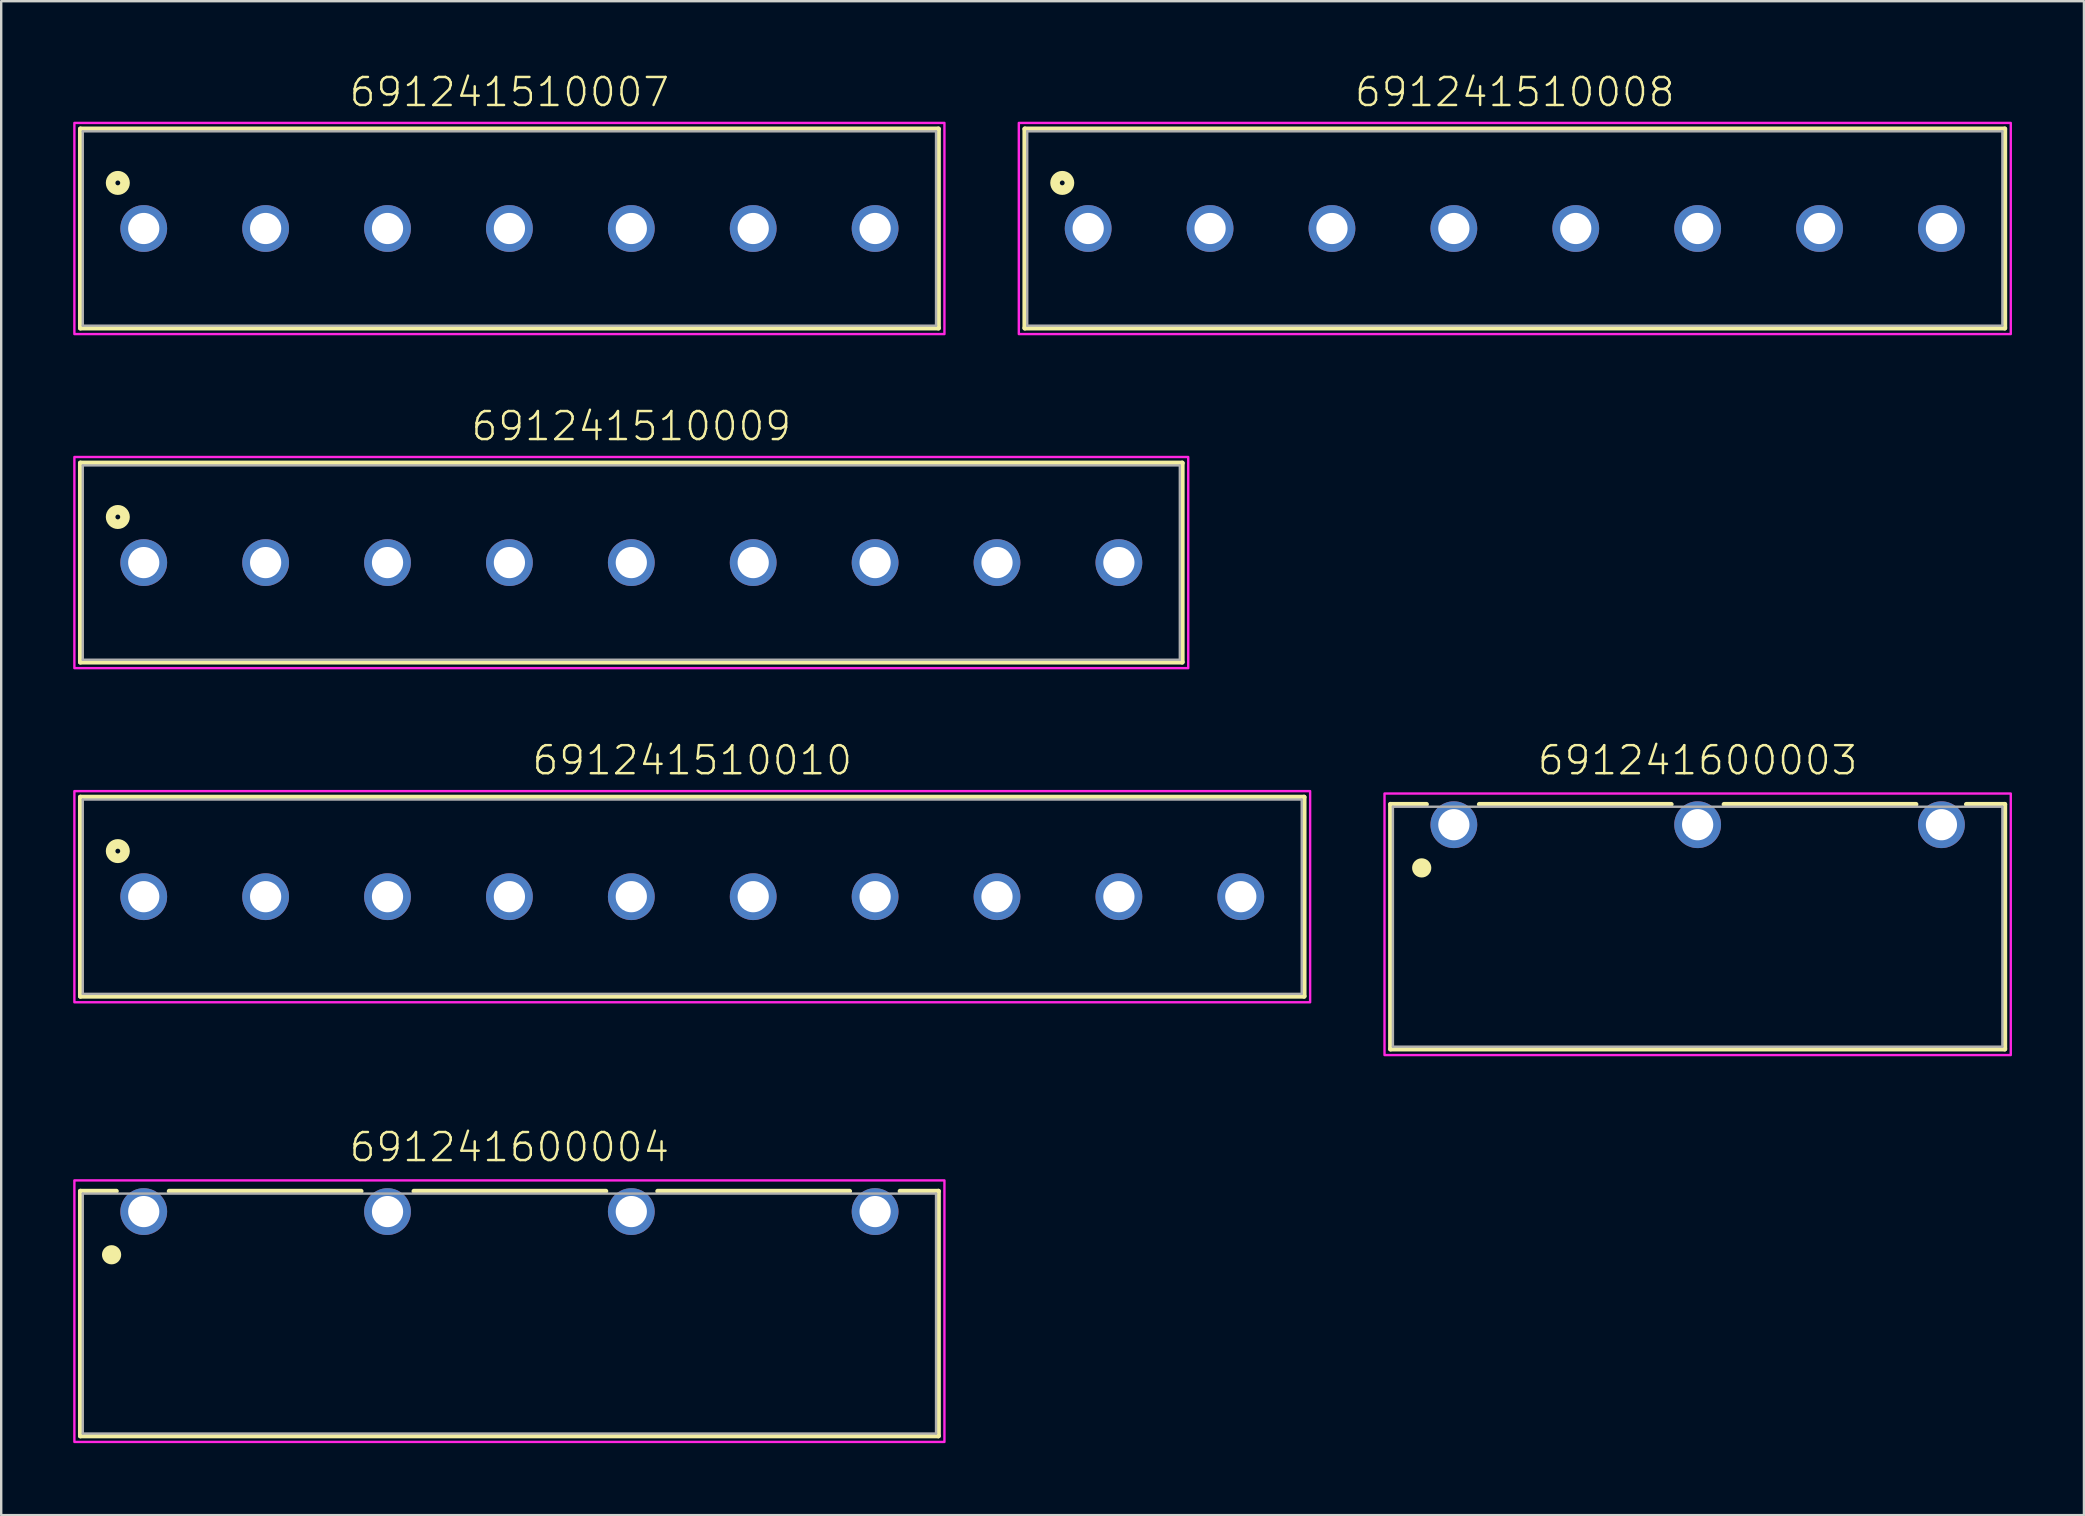
<source format=kicad_pcb>
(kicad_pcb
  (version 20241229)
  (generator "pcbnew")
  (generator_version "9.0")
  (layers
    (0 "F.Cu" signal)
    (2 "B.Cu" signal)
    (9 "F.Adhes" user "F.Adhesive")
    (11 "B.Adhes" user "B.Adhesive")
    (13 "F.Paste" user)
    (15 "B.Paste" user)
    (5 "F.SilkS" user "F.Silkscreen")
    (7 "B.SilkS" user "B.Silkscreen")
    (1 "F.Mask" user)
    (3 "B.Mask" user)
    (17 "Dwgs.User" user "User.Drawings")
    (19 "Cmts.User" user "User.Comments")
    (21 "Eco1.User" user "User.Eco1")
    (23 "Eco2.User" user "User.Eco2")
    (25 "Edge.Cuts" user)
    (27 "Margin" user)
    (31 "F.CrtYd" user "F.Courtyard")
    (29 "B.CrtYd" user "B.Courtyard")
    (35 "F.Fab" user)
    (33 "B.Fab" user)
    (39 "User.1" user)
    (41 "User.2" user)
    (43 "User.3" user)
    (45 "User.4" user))
  (footprint "691241510010"
    (layer "F.Cu")
    (at 25.8 34.32)
    (property "Reference" "691241510010" (at 0 -5 0) (unlocked yes) (layer "F.SilkS") (effects (font (size 1.168 1.168) (thickness 0.102)) (justify bottom)))
    (fp_line (start -25.5 -4.15) (end 25.5 -4.15) (stroke (width 0.2) (type solid)) (layer "F.SilkS"))
    (fp_line (start -25.5 4.15) (end -25.5 -4.15) (stroke (width 0.2) (type solid)) (layer "F.SilkS"))
    (fp_line (start 25.5 -4.15) (end 25.5 4.15) (stroke (width 0.2) (type solid)) (layer "F.SilkS"))
    (fp_line (start 25.5 4.15) (end -25.5 4.15) (stroke (width 0.2) (type solid)) (layer "F.SilkS"))
    (fp_circle (center -23.94 -1.9) (end -23.84 -1.9) (stroke (width 0.4) (type solid)) (fill no) (layer "F.SilkS"))
    (fp_poly (pts (xy 25.75 4.4) (xy -25.75 4.4) (xy -25.75 -4.4) (xy 25.75 -4.4)) (stroke (width 0.1) (type default)) (fill no) (layer "F.CrtYd"))
    (fp_line (start -25.4 -4.05) (end -25.4 4.05) (stroke (width 0.1) (type solid)) (layer "F.Fab"))
    (fp_line (start -25.4 -4.05) (end 25.4 -4.05) (stroke (width 0.1) (type solid)) (layer "F.Fab"))
    (fp_line (start -25.4 4.05) (end 25.4 4.05) (stroke (width 0.1) (type solid)) (layer "F.Fab"))
    (fp_line (start 25.4 -4.05) (end 25.4 4.05) (stroke (width 0.1) (type solid)) (layer "F.Fab"))
    (pad "1" thru_hole circle (at -22.86 0) (size 1.95 1.95) (drill 1.3) (layers "*.Cu" "*.Mask"))
    (pad "2" thru_hole circle (at -17.78 0) (size 1.95 1.95) (drill 1.3) (layers "*.Cu" "*.Mask"))
    (pad "3" thru_hole circle (at -12.7 0) (size 1.95 1.95) (drill 1.3) (layers "*.Cu" "*.Mask"))
    (pad "4" thru_hole circle (at -7.62 0) (size 1.95 1.95) (drill 1.3) (layers "*.Cu" "*.Mask"))
    (pad "5" thru_hole circle (at -2.54 0) (size 1.95 1.95) (drill 1.3) (layers "*.Cu" "*.Mask"))
    (pad "6" thru_hole circle (at 2.54 0) (size 1.95 1.95) (drill 1.3) (layers "*.Cu" "*.Mask"))
    (pad "7" thru_hole circle (at 7.62 0) (size 1.95 1.95) (drill 1.3) (layers "*.Cu" "*.Mask"))
    (pad "8" thru_hole circle (at 12.7 0) (size 1.95 1.95) (drill 1.3) (layers "*.Cu" "*.Mask"))
    (pad "9" thru_hole circle (at 17.78 0) (size 1.95 1.95) (drill 1.3) (layers "*.Cu" "*.Mask"))
    (pad "10" thru_hole circle (at 22.86 0) (size 1.95 1.95) (drill 1.3) (layers "*.Cu" "*.Mask")))
  (footprint "691241510007"
    (layer "F.Cu")
    (at 18.18 6.473)
    (property "Reference" "691241510007" (at 0 -5 0) (unlocked yes) (layer "F.SilkS") (effects (font (size 1.168 1.168) (thickness 0.102)) (justify bottom)))
    (fp_line (start -17.88 -4.15) (end 17.88 -4.15) (stroke (width 0.2) (type solid)) (layer "F.SilkS"))
    (fp_line (start -17.88 4.15) (end -17.88 -4.15) (stroke (width 0.2) (type solid)) (layer "F.SilkS"))
    (fp_line (start 17.88 -4.15) (end 17.88 4.15) (stroke (width 0.2) (type solid)) (layer "F.SilkS"))
    (fp_line (start 17.88 4.15) (end -17.88 4.15) (stroke (width 0.2) (type solid)) (layer "F.SilkS"))
    (fp_circle (center -16.32 -1.9) (end -16.22 -1.9) (stroke (width 0.4) (type solid)) (fill no) (layer "F.SilkS"))
    (fp_poly (pts (xy 18.13 4.4) (xy -18.13 4.4) (xy -18.13 -4.4) (xy 18.13 -4.4)) (stroke (width 0.1) (type default)) (fill no) (layer "F.CrtYd"))
    (fp_line (start -17.78 -4.05) (end -17.78 4.05) (stroke (width 0.1) (type solid)) (layer "F.Fab"))
    (fp_line (start -17.78 -4.05) (end 17.78 -4.05) (stroke (width 0.1) (type solid)) (layer "F.Fab"))
    (fp_line (start -17.78 4.05) (end 17.78 4.05) (stroke (width 0.1) (type solid)) (layer "F.Fab"))
    (fp_line (start 17.78 -4.05) (end 17.78 4.05) (stroke (width 0.1) (type solid)) (layer "F.Fab"))
    (pad "1" thru_hole circle (at -15.24 0) (size 1.95 1.95) (drill 1.3) (layers "*.Cu" "*.Mask"))
    (pad "2" thru_hole circle (at -10.16 0) (size 1.95 1.95) (drill 1.3) (layers "*.Cu" "*.Mask"))
    (pad "3" thru_hole circle (at -5.08 0) (size 1.95 1.95) (drill 1.3) (layers "*.Cu" "*.Mask"))
    (pad "4" thru_hole circle (at 0 0) (size 1.95 1.95) (drill 1.3) (layers "*.Cu" "*.Mask"))
    (pad "5" thru_hole circle (at 5.08 0) (size 1.95 1.95) (drill 1.3) (layers "*.Cu" "*.Mask"))
    (pad "6" thru_hole circle (at 10.16 0) (size 1.95 1.95) (drill 1.3) (layers "*.Cu" "*.Mask"))
    (pad "7" thru_hole circle (at 15.24 0) (size 1.95 1.95) (drill 1.3) (layers "*.Cu" "*.Mask")))
  (footprint "691241510009"
    (layer "F.Cu")
    (at 23.26 20.396)
    (property "Reference" "691241510009" (at 0 -5 0) (unlocked yes) (layer "F.SilkS") (effects (font (size 1.168 1.168) (thickness 0.102)) (justify bottom)))
    (fp_line (start -22.96 -4.15) (end 22.96 -4.15) (stroke (width 0.2) (type solid)) (layer "F.SilkS"))
    (fp_line (start -22.96 4.15) (end -22.96 -4.15) (stroke (width 0.2) (type solid)) (layer "F.SilkS"))
    (fp_line (start 22.96 -4.15) (end 22.96 4.15) (stroke (width 0.2) (type solid)) (layer "F.SilkS"))
    (fp_line (start 22.96 4.15) (end -22.96 4.15) (stroke (width 0.2) (type solid)) (layer "F.SilkS"))
    (fp_circle (center -21.4 -1.9) (end -21.3 -1.9) (stroke (width 0.4) (type solid)) (fill no) (layer "F.SilkS"))
    (fp_poly (pts (xy 23.21 4.4) (xy -23.21 4.4) (xy -23.21 -4.4) (xy 23.21 -4.4)) (stroke (width 0.1) (type default)) (fill no) (layer "F.CrtYd"))
    (fp_line (start -22.86 -4.05) (end -22.86 4.05) (stroke (width 0.1) (type solid)) (layer "F.Fab"))
    (fp_line (start -22.86 -4.05) (end 22.86 -4.05) (stroke (width 0.1) (type solid)) (layer "F.Fab"))
    (fp_line (start -22.86 4.05) (end 22.86 4.05) (stroke (width 0.1) (type solid)) (layer "F.Fab"))
    (fp_line (start 22.86 -4.05) (end 22.86 4.05) (stroke (width 0.1) (type solid)) (layer "F.Fab"))
    (pad "1" thru_hole circle (at -20.32 0) (size 1.95 1.95) (drill 1.3) (layers "*.Cu" "*.Mask"))
    (pad "2" thru_hole circle (at -15.24 0) (size 1.95 1.95) (drill 1.3) (layers "*.Cu" "*.Mask"))
    (pad "3" thru_hole circle (at -10.16 0) (size 1.95 1.95) (drill 1.3) (layers "*.Cu" "*.Mask"))
    (pad "4" thru_hole circle (at -5.08 0) (size 1.95 1.95) (drill 1.3) (layers "*.Cu" "*.Mask"))
    (pad "5" thru_hole circle (at 0 0) (size 1.95 1.95) (drill 1.3) (layers "*.Cu" "*.Mask"))
    (pad "6" thru_hole circle (at 5.08 0) (size 1.95 1.95) (drill 1.3) (layers "*.Cu" "*.Mask"))
    (pad "7" thru_hole circle (at 10.16 0) (size 1.95 1.95) (drill 1.3) (layers "*.Cu" "*.Mask"))
    (pad "8" thru_hole circle (at 15.24 0) (size 1.95 1.95) (drill 1.3) (layers "*.Cu" "*.Mask"))
    (pad "9" thru_hole circle (at 20.32 0) (size 1.95 1.95) (drill 1.3) (layers "*.Cu" "*.Mask")))
  (footprint "691241510008"
    (layer "F.Cu")
    (at 60.08 6.473)
    (property "Reference" "691241510008" (at 0 -5 0) (unlocked yes) (layer "F.SilkS") (effects (font (size 1.168 1.168) (thickness 0.102)) (justify bottom)))
    (fp_line (start -20.42 -4.15) (end 20.42 -4.15) (stroke (width 0.2) (type solid)) (layer "F.SilkS"))
    (fp_line (start -20.42 4.15) (end -20.42 -4.15) (stroke (width 0.2) (type solid)) (layer "F.SilkS"))
    (fp_line (start 20.42 -4.15) (end 20.42 4.15) (stroke (width 0.2) (type solid)) (layer "F.SilkS"))
    (fp_line (start 20.42 4.15) (end -20.42 4.15) (stroke (width 0.2) (type solid)) (layer "F.SilkS"))
    (fp_circle (center -18.86 -1.9) (end -18.76 -1.9) (stroke (width 0.4) (type solid)) (fill no) (layer "F.SilkS"))
    (fp_poly (pts (xy 20.67 4.4) (xy -20.67 4.4) (xy -20.67 -4.4) (xy 20.67 -4.4)) (stroke (width 0.1) (type default)) (fill no) (layer "F.CrtYd"))
    (fp_line (start -20.32 -4.05) (end -20.32 4.05) (stroke (width 0.1) (type solid)) (layer "F.Fab"))
    (fp_line (start -20.32 -4.05) (end 20.32 -4.05) (stroke (width 0.1) (type solid)) (layer "F.Fab"))
    (fp_line (start -20.32 4.05) (end 20.32 4.05) (stroke (width 0.1) (type solid)) (layer "F.Fab"))
    (fp_line (start 20.32 -4.05) (end 20.32 4.05) (stroke (width 0.1) (type solid)) (layer "F.Fab"))
    (pad "1" thru_hole circle (at -17.78 0) (size 1.95 1.95) (drill 1.3) (layers "*.Cu" "*.Mask"))
    (pad "2" thru_hole circle (at -12.7 0) (size 1.95 1.95) (drill 1.3) (layers "*.Cu" "*.Mask"))
    (pad "3" thru_hole circle (at -7.62 0) (size 1.95 1.95) (drill 1.3) (layers "*.Cu" "*.Mask"))
    (pad "4" thru_hole circle (at -2.54 0) (size 1.95 1.95) (drill 1.3) (layers "*.Cu" "*.Mask"))
    (pad "5" thru_hole circle (at 2.54 0) (size 1.95 1.95) (drill 1.3) (layers "*.Cu" "*.Mask"))
    (pad "6" thru_hole circle (at 7.62 0) (size 1.95 1.95) (drill 1.3) (layers "*.Cu" "*.Mask"))
    (pad "7" thru_hole circle (at 12.7 0) (size 1.95 1.95) (drill 1.3) (layers "*.Cu" "*.Mask"))
    (pad "8" thru_hole circle (at 17.78 0) (size 1.95 1.95) (drill 1.3) (layers "*.Cu" "*.Mask")))
  (footprint "691241600003"
    (layer "F.Cu")
    (at 67.7 31.32)
    (property "Reference" "691241600003" (at 0 -2 0) (unlocked yes) (layer "F.SilkS") (effects (font (size 1.168 1.168) (thickness 0.102)) (justify bottom)))
    (fp_line (start -12.8 -0.85) (end -11.3 -0.85) (stroke (width 0.2) (type solid)) (layer "F.SilkS"))
    (fp_line (start -12.8 9.35) (end -12.8 -0.85) (stroke (width 0.2) (type solid)) (layer "F.SilkS"))
    (fp_line (start -9.1 -0.85) (end -1.1 -0.85) (stroke (width 0.2) (type solid)) (layer "F.SilkS"))
    (fp_line (start 1.1 -0.85) (end 9.1 -0.85) (stroke (width 0.2) (type solid)) (layer "F.SilkS"))
    (fp_line (start 11.2 -0.85) (end 12.8 -0.85) (stroke (width 0.2) (type solid)) (layer "F.SilkS"))
    (fp_line (start 12.8 -0.85) (end 12.8 9.35) (stroke (width 0.2) (type solid)) (layer "F.SilkS"))
    (fp_line (start 12.8 9.35) (end -12.8 9.35) (stroke (width 0.2) (type solid)) (layer "F.SilkS"))
    (fp_circle (center -11.5 1.8) (end -11.3 1.8) (stroke (width 0.4) (type solid)) (fill no) (layer "F.SilkS"))
    (fp_poly (pts (xy 13.05 9.6) (xy -13.05 9.6) (xy -13.05 -1.3) (xy 13.05 -1.3)) (stroke (width 0.1) (type default)) (fill no) (layer "F.CrtYd"))
    (fp_line (start -12.7 -0.75) (end 12.7 -0.75) (stroke (width 0.1) (type solid)) (layer "F.Fab"))
    (fp_line (start -12.7 9.25) (end -12.7 -0.75) (stroke (width 0.1) (type solid)) (layer "F.Fab"))
    (fp_line (start 12.7 -0.75) (end 12.7 9.25) (stroke (width 0.1) (type solid)) (layer "F.Fab"))
    (fp_line (start 12.7 9.25) (end -12.7 9.25) (stroke (width 0.1) (type solid)) (layer "F.Fab"))
    (pad "1" thru_hole circle (at -10.16 0) (size 1.95 1.95) (drill 1.3) (layers "*.Cu" "*.Mask"))
    (pad "2" thru_hole circle (at 0 0) (size 1.95 1.95) (drill 1.3) (layers "*.Cu" "*.Mask"))
    (pad "3" thru_hole circle (at 10.16 0) (size 1.95 1.95) (drill 1.3) (layers "*.Cu" "*.Mask")))
  (footprint "691241600004"
    (layer "F.Cu")
    (at 18.18 47.443)
    (property "Reference" "691241600004" (at 0 -2 0) (unlocked yes) (layer "F.SilkS") (effects (font (size 1.168 1.168) (thickness 0.102)) (justify bottom)))
    (fp_line (start -17.88 -0.85) (end -16.38 -0.85) (stroke (width 0.2) (type solid)) (layer "F.SilkS"))
    (fp_line (start -17.88 9.35) (end -17.88 -0.85) (stroke (width 0.2) (type solid)) (layer "F.SilkS"))
    (fp_line (start -14.18 -0.85) (end -6.18 -0.85) (stroke (width 0.2) (type solid)) (layer "F.SilkS"))
    (fp_line (start -3.98 -0.85) (end 4.02 -0.85) (stroke (width 0.2) (type solid)) (layer "F.SilkS"))
    (fp_line (start 6.18 -0.85) (end 14.18 -0.85) (stroke (width 0.2) (type solid)) (layer "F.SilkS"))
    (fp_line (start 16.28 -0.85) (end 17.88 -0.85) (stroke (width 0.2) (type solid)) (layer "F.SilkS"))
    (fp_line (start 17.88 -0.85) (end 17.88 9.35) (stroke (width 0.2) (type solid)) (layer "F.SilkS"))
    (fp_line (start 17.88 9.35) (end -17.88 9.35) (stroke (width 0.2) (type solid)) (layer "F.SilkS"))
    (fp_circle (center -16.58 1.8) (end -16.38 1.8) (stroke (width 0.4) (type solid)) (fill no) (layer "F.SilkS"))
    (fp_poly (pts (xy 18.13 9.6) (xy -18.13 9.6) (xy -18.13 -1.3) (xy 18.13 -1.3)) (stroke (width 0.1) (type default)) (fill no) (layer "F.CrtYd"))
    (fp_line (start -17.78 -0.75) (end 17.78 -0.75) (stroke (width 0.1) (type solid)) (layer "F.Fab"))
    (fp_line (start -17.78 9.25) (end -17.78 -0.75) (stroke (width 0.1) (type solid)) (layer "F.Fab"))
    (fp_line (start 17.78 -0.75) (end 17.78 9.25) (stroke (width 0.1) (type solid)) (layer "F.Fab"))
    (fp_line (start 17.78 9.25) (end -17.78 9.25) (stroke (width 0.1) (type solid)) (layer "F.Fab"))
    (pad "1" thru_hole circle (at -15.24 0) (size 1.95 1.95) (drill 1.3) (layers "*.Cu" "*.Mask"))
    (pad "2" thru_hole circle (at -5.08 0) (size 1.95 1.95) (drill 1.3) (layers "*.Cu" "*.Mask"))
    (pad "3" thru_hole circle (at 5.08 0) (size 1.95 1.95) (drill 1.3) (layers "*.Cu" "*.Mask"))
    (pad "4" thru_hole circle (at 15.24 0) (size 1.95 1.95) (drill 1.3) (layers "*.Cu" "*.Mask")))
  (gr_rect
    (start -3 -3)
    (end 83.8 60.093)
    (stroke (width 0.1) (type default))
    (fill no)
    (layer "Edge.Cuts")))
</source>
